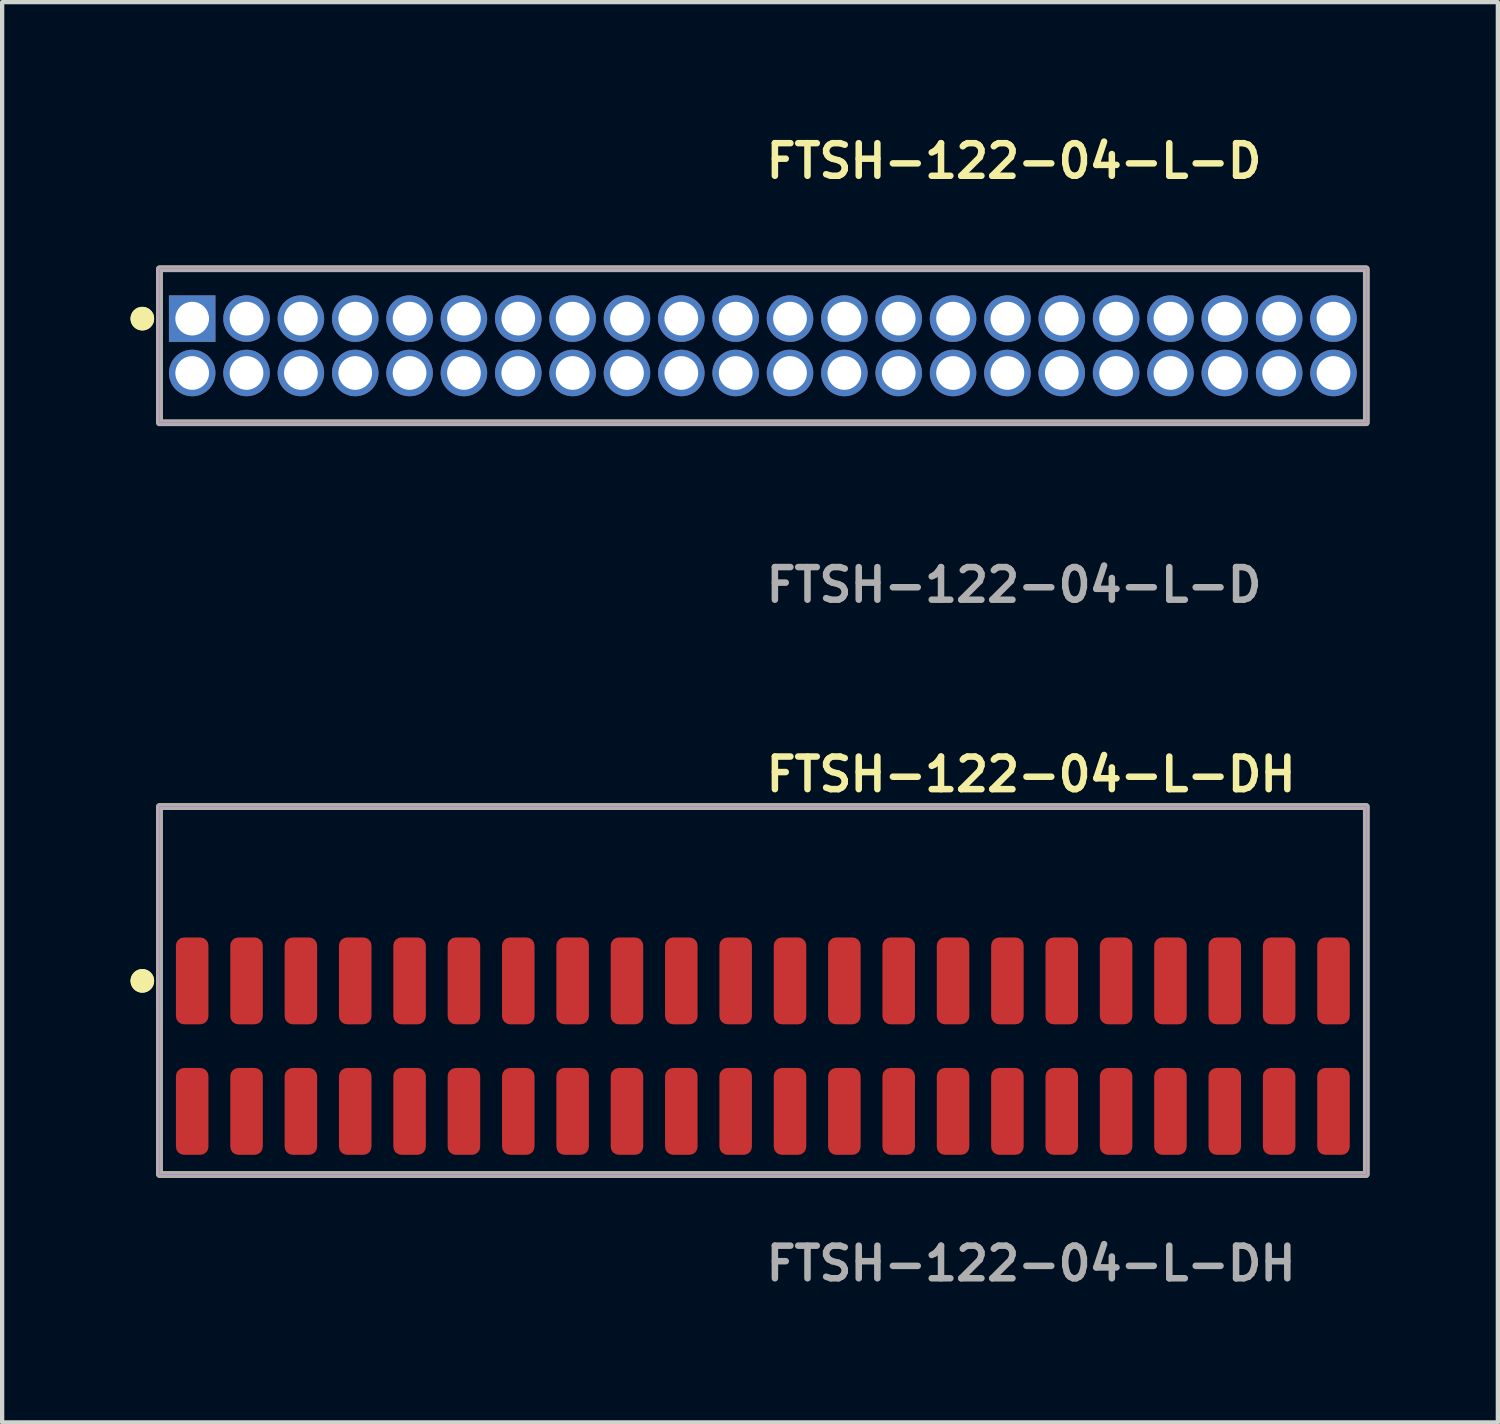
<source format=kicad_pcb>
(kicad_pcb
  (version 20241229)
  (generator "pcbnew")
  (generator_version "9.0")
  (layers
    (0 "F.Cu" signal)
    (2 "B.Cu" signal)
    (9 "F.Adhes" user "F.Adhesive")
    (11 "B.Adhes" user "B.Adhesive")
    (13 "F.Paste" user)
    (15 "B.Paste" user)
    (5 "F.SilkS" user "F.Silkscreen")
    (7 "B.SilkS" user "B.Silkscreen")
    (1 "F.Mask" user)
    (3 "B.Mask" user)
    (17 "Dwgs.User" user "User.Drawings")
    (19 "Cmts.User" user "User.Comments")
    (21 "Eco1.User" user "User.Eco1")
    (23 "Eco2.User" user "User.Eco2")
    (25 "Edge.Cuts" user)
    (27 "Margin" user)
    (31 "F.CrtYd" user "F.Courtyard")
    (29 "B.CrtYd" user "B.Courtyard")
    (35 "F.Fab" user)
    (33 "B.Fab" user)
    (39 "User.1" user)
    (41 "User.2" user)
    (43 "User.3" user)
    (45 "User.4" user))
  (footprint "FTSH-122-04-L-D"
    (layer "F.Cu")
    (at 14.776 5.031)
    (property "Reference" "FTSH-122-04-L-D" (at 0 -4.318 0) (unlocked yes) (layer "F.SilkS") (effects (font (size 0.762 0.762) (thickness 0.152)) (justify left)))
    (fp_rect (start -14.1 1.8) (end 14.1 -1.8) (stroke (width 0.152) (type solid)) (fill no) (layer "F.SilkS"))
    (fp_circle (center -14.5 -0.635) (end -14.7 -0.635) (stroke (width 0.152) (type solid)) (fill yes) (layer "F.SilkS"))
    (fp_circle (center -14.5 -0.635) (end -14.7 -0.635) (stroke (width 0.152) (type solid)) (fill yes) (layer "F.SilkS"))
    (fp_rect (start -14.1 1.8) (end 14.1 -1.8) (stroke (width 0.006) (type solid)) (fill no) (layer "F.CrtYd"))
    (fp_rect (start -14.1 1.8) (end 14.1 -1.8) (stroke (width 0.152) (type solid)) (fill no) (layer "F.Fab"))
    (fp_text user "${REFERENCE}" (at 0 5.588 0) (unlocked yes) (layer "F.Fab") (effects (font (size 0.762 0.762) (thickness 0.152)) (justify left)))
    (pad "1" thru_hole rect (at -13.335 -0.635) (size 1.087 1.087) (drill 0.787) (layers "*.Cu" "*.Mask"))
    (pad "2" thru_hole circle (at -13.335 0.635) (size 1.087 1.087) (drill 0.787) (layers "*.Cu" "*.Mask"))
    (pad "3" thru_hole circle (at -12.065 -0.635) (size 1.087 1.087) (drill 0.787) (layers "*.Cu" "*.Mask"))
    (pad "4" thru_hole circle (at -12.065 0.635) (size 1.087 1.087) (drill 0.787) (layers "*.Cu" "*.Mask"))
    (pad "5" thru_hole circle (at -10.795 -0.635) (size 1.087 1.087) (drill 0.787) (layers "*.Cu" "*.Mask"))
    (pad "6" thru_hole circle (at -10.795 0.635) (size 1.087 1.087) (drill 0.787) (layers "*.Cu" "*.Mask"))
    (pad "7" thru_hole circle (at -9.525 -0.635) (size 1.087 1.087) (drill 0.787) (layers "*.Cu" "*.Mask"))
    (pad "8" thru_hole circle (at -9.525 0.635) (size 1.087 1.087) (drill 0.787) (layers "*.Cu" "*.Mask"))
    (pad "9" thru_hole circle (at -8.255 -0.635) (size 1.087 1.087) (drill 0.787) (layers "*.Cu" "*.Mask"))
    (pad "10" thru_hole circle (at -8.255 0.635) (size 1.087 1.087) (drill 0.787) (layers "*.Cu" "*.Mask"))
    (pad "11" thru_hole circle (at -6.985 -0.635) (size 1.087 1.087) (drill 0.787) (layers "*.Cu" "*.Mask"))
    (pad "12" thru_hole circle (at -6.985 0.635) (size 1.087 1.087) (drill 0.787) (layers "*.Cu" "*.Mask"))
    (pad "13" thru_hole circle (at -5.715 -0.635) (size 1.087 1.087) (drill 0.787) (layers "*.Cu" "*.Mask"))
    (pad "14" thru_hole circle (at -5.715 0.635) (size 1.087 1.087) (drill 0.787) (layers "*.Cu" "*.Mask"))
    (pad "15" thru_hole circle (at -4.445 -0.635) (size 1.087 1.087) (drill 0.787) (layers "*.Cu" "*.Mask"))
    (pad "16" thru_hole circle (at -4.445 0.635) (size 1.087 1.087) (drill 0.787) (layers "*.Cu" "*.Mask"))
    (pad "17" thru_hole circle (at -3.175 -0.635) (size 1.087 1.087) (drill 0.787) (layers "*.Cu" "*.Mask"))
    (pad "18" thru_hole circle (at -3.175 0.635) (size 1.087 1.087) (drill 0.787) (layers "*.Cu" "*.Mask"))
    (pad "19" thru_hole circle (at -1.905 -0.635) (size 1.087 1.087) (drill 0.787) (layers "*.Cu" "*.Mask"))
    (pad "20" thru_hole circle (at -1.905 0.635) (size 1.087 1.087) (drill 0.787) (layers "*.Cu" "*.Mask"))
    (pad "21" thru_hole circle (at -0.635 -0.635) (size 1.087 1.087) (drill 0.787) (layers "*.Cu" "*.Mask"))
    (pad "22" thru_hole circle (at -0.635 0.635) (size 1.087 1.087) (drill 0.787) (layers "*.Cu" "*.Mask"))
    (pad "23" thru_hole circle (at 0.635 -0.635) (size 1.087 1.087) (drill 0.787) (layers "*.Cu" "*.Mask"))
    (pad "24" thru_hole circle (at 0.635 0.635) (size 1.087 1.087) (drill 0.787) (layers "*.Cu" "*.Mask"))
    (pad "25" thru_hole circle (at 1.905 -0.635) (size 1.087 1.087) (drill 0.787) (layers "*.Cu" "*.Mask"))
    (pad "26" thru_hole circle (at 1.905 0.635) (size 1.087 1.087) (drill 0.787) (layers "*.Cu" "*.Mask"))
    (pad "27" thru_hole circle (at 3.175 -0.635) (size 1.087 1.087) (drill 0.787) (layers "*.Cu" "*.Mask"))
    (pad "28" thru_hole circle (at 3.175 0.635) (size 1.087 1.087) (drill 0.787) (layers "*.Cu" "*.Mask"))
    (pad "29" thru_hole circle (at 4.445 -0.635) (size 1.087 1.087) (drill 0.787) (layers "*.Cu" "*.Mask"))
    (pad "30" thru_hole circle (at 4.445 0.635) (size 1.087 1.087) (drill 0.787) (layers "*.Cu" "*.Mask"))
    (pad "31" thru_hole circle (at 5.715 -0.635) (size 1.087 1.087) (drill 0.787) (layers "*.Cu" "*.Mask"))
    (pad "32" thru_hole circle (at 5.715 0.635) (size 1.087 1.087) (drill 0.787) (layers "*.Cu" "*.Mask"))
    (pad "33" thru_hole circle (at 6.985 -0.635) (size 1.087 1.087) (drill 0.787) (layers "*.Cu" "*.Mask"))
    (pad "34" thru_hole circle (at 6.985 0.635) (size 1.087 1.087) (drill 0.787) (layers "*.Cu" "*.Mask"))
    (pad "35" thru_hole circle (at 8.255 -0.635) (size 1.087 1.087) (drill 0.787) (layers "*.Cu" "*.Mask"))
    (pad "36" thru_hole circle (at 8.255 0.635) (size 1.087 1.087) (drill 0.787) (layers "*.Cu" "*.Mask"))
    (pad "37" thru_hole circle (at 9.525 -0.635) (size 1.087 1.087) (drill 0.787) (layers "*.Cu" "*.Mask"))
    (pad "38" thru_hole circle (at 9.525 0.635) (size 1.087 1.087) (drill 0.787) (layers "*.Cu" "*.Mask"))
    (pad "39" thru_hole circle (at 10.795 -0.635) (size 1.087 1.087) (drill 0.787) (layers "*.Cu" "*.Mask"))
    (pad "40" thru_hole circle (at 10.795 0.635) (size 1.087 1.087) (drill 0.787) (layers "*.Cu" "*.Mask"))
    (pad "41" thru_hole circle (at 12.065 -0.635) (size 1.087 1.087) (drill 0.787) (layers "*.Cu" "*.Mask"))
    (pad "42" thru_hole circle (at 12.065 0.635) (size 1.087 1.087) (drill 0.787) (layers "*.Cu" "*.Mask"))
    (pad "43" thru_hole circle (at 13.335 -0.635) (size 1.087 1.087) (drill 0.787) (layers "*.Cu" "*.Mask"))
    (pad "44" thru_hole circle (at 13.335 0.635) (size 1.087 1.087) (drill 0.787) (layers "*.Cu" "*.Mask")))
  (footprint "FTSH-122-04-L-DH"
    (layer "F.Cu")
    (at 14.776 21.396)
    (property "Reference" "FTSH-122-04-L-DH" (at 0 -6.35 0) (unlocked yes) (layer "F.SilkS") (effects (font (size 0.762 0.762) (thickness 0.152)) (justify left)))
    (fp_rect (start -14.1 3) (end 14.1 -5.6) (stroke (width 0.152) (type solid)) (fill no) (layer "F.SilkS"))
    (fp_circle (center -14.5 -1.525) (end -14.7 -1.525) (stroke (width 0.152) (type solid)) (fill yes) (layer "F.SilkS"))
    (fp_circle (center -14.5 -1.525) (end -14.7 -1.525) (stroke (width 0.152) (type solid)) (fill yes) (layer "F.SilkS"))
    (fp_rect (start -14.1 3) (end 14.1 -5.6) (stroke (width 0.006) (type solid)) (fill no) (layer "F.CrtYd"))
    (fp_rect (start -14.1 3) (end 14.1 -5.6) (stroke (width 0.152) (type solid)) (fill no) (layer "F.Fab"))
    (fp_text user "${REFERENCE}" (at 0 5.08 0) (unlocked yes) (layer "F.Fab") (effects (font (size 0.762 0.762) (thickness 0.152)) (justify left)))
    (pad "1" smd roundrect (at -13.335 -1.525) (size 0.76 2.03) (layers "F.Cu" "F.Paste") (roundrect_rratio 0.25))
    (pad "2" smd roundrect (at -13.335 1.525) (size 0.76 2.03) (layers "F.Cu" "F.Paste") (roundrect_rratio 0.25))
    (pad "3" smd roundrect (at -12.065 -1.525) (size 0.76 2.03) (layers "F.Cu" "F.Paste") (roundrect_rratio 0.25))
    (pad "4" smd roundrect (at -12.065 1.525) (size 0.76 2.03) (layers "F.Cu" "F.Paste") (roundrect_rratio 0.25))
    (pad "5" smd roundrect (at -10.795 -1.525) (size 0.76 2.03) (layers "F.Cu" "F.Paste") (roundrect_rratio 0.25))
    (pad "6" smd roundrect (at -10.795 1.525) (size 0.76 2.03) (layers "F.Cu" "F.Paste") (roundrect_rratio 0.25))
    (pad "7" smd roundrect (at -9.525 -1.525) (size 0.76 2.03) (layers "F.Cu" "F.Paste") (roundrect_rratio 0.25))
    (pad "8" smd roundrect (at -9.525 1.525) (size 0.76 2.03) (layers "F.Cu" "F.Paste") (roundrect_rratio 0.25))
    (pad "9" smd roundrect (at -8.255 -1.525) (size 0.76 2.03) (layers "F.Cu" "F.Paste") (roundrect_rratio 0.25))
    (pad "10" smd roundrect (at -8.255 1.525) (size 0.76 2.03) (layers "F.Cu" "F.Paste") (roundrect_rratio 0.25))
    (pad "11" smd roundrect (at -6.985 -1.525) (size 0.76 2.03) (layers "F.Cu" "F.Paste") (roundrect_rratio 0.25))
    (pad "12" smd roundrect (at -6.985 1.525) (size 0.76 2.03) (layers "F.Cu" "F.Paste") (roundrect_rratio 0.25))
    (pad "13" smd roundrect (at -5.715 -1.525) (size 0.76 2.03) (layers "F.Cu" "F.Paste") (roundrect_rratio 0.25))
    (pad "14" smd roundrect (at -5.715 1.525) (size 0.76 2.03) (layers "F.Cu" "F.Paste") (roundrect_rratio 0.25))
    (pad "15" smd roundrect (at -4.445 -1.525) (size 0.76 2.03) (layers "F.Cu" "F.Paste") (roundrect_rratio 0.25))
    (pad "16" smd roundrect (at -4.445 1.525) (size 0.76 2.03) (layers "F.Cu" "F.Paste") (roundrect_rratio 0.25))
    (pad "17" smd roundrect (at -3.175 -1.525) (size 0.76 2.03) (layers "F.Cu" "F.Paste") (roundrect_rratio 0.25))
    (pad "18" smd roundrect (at -3.175 1.525) (size 0.76 2.03) (layers "F.Cu" "F.Paste") (roundrect_rratio 0.25))
    (pad "19" smd roundrect (at -1.905 -1.525) (size 0.76 2.03) (layers "F.Cu" "F.Paste") (roundrect_rratio 0.25))
    (pad "20" smd roundrect (at -1.905 1.525) (size 0.76 2.03) (layers "F.Cu" "F.Paste") (roundrect_rratio 0.25))
    (pad "21" smd roundrect (at -0.635 -1.525) (size 0.76 2.03) (layers "F.Cu" "F.Paste") (roundrect_rratio 0.25))
    (pad "22" smd roundrect (at -0.635 1.525) (size 0.76 2.03) (layers "F.Cu" "F.Paste") (roundrect_rratio 0.25))
    (pad "23" smd roundrect (at 0.635 -1.525) (size 0.76 2.03) (layers "F.Cu" "F.Paste") (roundrect_rratio 0.25))
    (pad "24" smd roundrect (at 0.635 1.525) (size 0.76 2.03) (layers "F.Cu" "F.Paste") (roundrect_rratio 0.25))
    (pad "25" smd roundrect (at 1.905 -1.525) (size 0.76 2.03) (layers "F.Cu" "F.Paste") (roundrect_rratio 0.25))
    (pad "26" smd roundrect (at 1.905 1.525) (size 0.76 2.03) (layers "F.Cu" "F.Paste") (roundrect_rratio 0.25))
    (pad "27" smd roundrect (at 3.175 -1.525) (size 0.76 2.03) (layers "F.Cu" "F.Paste") (roundrect_rratio 0.25))
    (pad "28" smd roundrect (at 3.175 1.525) (size 0.76 2.03) (layers "F.Cu" "F.Paste") (roundrect_rratio 0.25))
    (pad "29" smd roundrect (at 4.445 -1.525) (size 0.76 2.03) (layers "F.Cu" "F.Paste") (roundrect_rratio 0.25))
    (pad "30" smd roundrect (at 4.445 1.525) (size 0.76 2.03) (layers "F.Cu" "F.Paste") (roundrect_rratio 0.25))
    (pad "31" smd roundrect (at 5.715 -1.525) (size 0.76 2.03) (layers "F.Cu" "F.Paste") (roundrect_rratio 0.25))
    (pad "32" smd roundrect (at 5.715 1.525) (size 0.76 2.03) (layers "F.Cu" "F.Paste") (roundrect_rratio 0.25))
    (pad "33" smd roundrect (at 6.985 -1.525) (size 0.76 2.03) (layers "F.Cu" "F.Paste") (roundrect_rratio 0.25))
    (pad "34" smd roundrect (at 6.985 1.525) (size 0.76 2.03) (layers "F.Cu" "F.Paste") (roundrect_rratio 0.25))
    (pad "35" smd roundrect (at 8.255 -1.525) (size 0.76 2.03) (layers "F.Cu" "F.Paste") (roundrect_rratio 0.25))
    (pad "36" smd roundrect (at 8.255 1.525) (size 0.76 2.03) (layers "F.Cu" "F.Paste") (roundrect_rratio 0.25))
    (pad "37" smd roundrect (at 9.525 -1.525) (size 0.76 2.03) (layers "F.Cu" "F.Paste") (roundrect_rratio 0.25))
    (pad "38" smd roundrect (at 9.525 1.525) (size 0.76 2.03) (layers "F.Cu" "F.Paste") (roundrect_rratio 0.25))
    (pad "39" smd roundrect (at 10.795 -1.525) (size 0.76 2.03) (layers "F.Cu" "F.Paste") (roundrect_rratio 0.25))
    (pad "40" smd roundrect (at 10.795 1.525) (size 0.76 2.03) (layers "F.Cu" "F.Paste") (roundrect_rratio 0.25))
    (pad "41" smd roundrect (at 12.065 -1.525) (size 0.76 2.03) (layers "F.Cu" "F.Paste") (roundrect_rratio 0.25))
    (pad "42" smd roundrect (at 12.065 1.525) (size 0.76 2.03) (layers "F.Cu" "F.Paste") (roundrect_rratio 0.25))
    (pad "43" smd roundrect (at 13.335 -1.525) (size 0.76 2.03) (layers "F.Cu" "F.Paste") (roundrect_rratio 0.25))
    (pad "44" smd roundrect (at 13.335 1.525) (size 0.76 2.03) (layers "F.Cu" "F.Paste") (roundrect_rratio 0.25)))
  (gr_rect
    (start -3 -3)
    (end 31.952 30.189)
    (stroke (width 0.1) (type default))
    (fill no)
    (layer "Edge.Cuts")))
</source>
